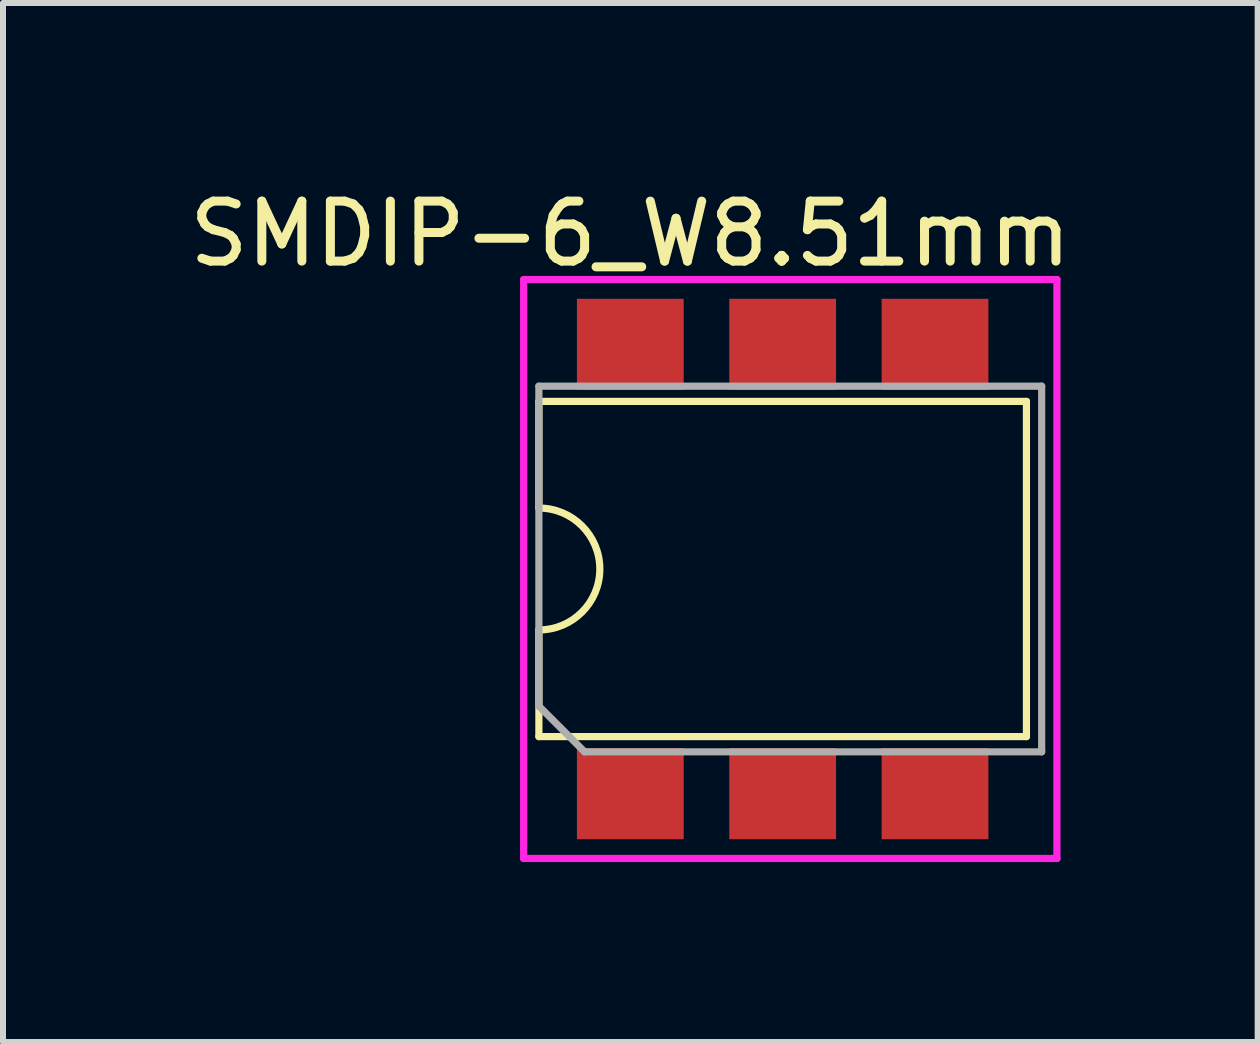
<source format=kicad_pcb>
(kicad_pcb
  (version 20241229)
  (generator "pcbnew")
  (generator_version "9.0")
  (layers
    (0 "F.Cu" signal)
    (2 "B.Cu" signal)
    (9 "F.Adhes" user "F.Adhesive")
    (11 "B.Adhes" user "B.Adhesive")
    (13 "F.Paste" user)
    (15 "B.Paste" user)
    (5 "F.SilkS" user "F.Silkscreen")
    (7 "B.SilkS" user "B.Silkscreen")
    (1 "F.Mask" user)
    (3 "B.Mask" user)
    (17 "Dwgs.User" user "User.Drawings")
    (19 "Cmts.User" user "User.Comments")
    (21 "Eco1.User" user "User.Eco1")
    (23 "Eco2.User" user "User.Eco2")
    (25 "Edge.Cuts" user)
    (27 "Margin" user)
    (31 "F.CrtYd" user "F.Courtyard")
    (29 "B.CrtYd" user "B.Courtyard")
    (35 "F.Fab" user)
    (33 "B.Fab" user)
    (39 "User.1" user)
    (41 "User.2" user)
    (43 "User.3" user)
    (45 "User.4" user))
  (footprint "SMDIP-6_W8.51mm"
    (layer "F.Cu")
    (at 9.998 6.436)
    (property "Reference" "SMDIP-6_W8.51mm" (at -2.54 -5.588 0) (layer "F.SilkS") (effects (font (size 1 1) (thickness 0.15))))
    (attr smd)
    (fp_line (start -4.064 -2.794) (end -4.064 -1.016) (stroke (width 0.12) (type solid)) (layer "F.SilkS"))
    (fp_line (start -4.064 1.016) (end -4.064 2.794) (stroke (width 0.12) (type solid)) (layer "F.SilkS"))
    (fp_line (start 4.064 -2.794) (end -4.064 -2.794) (stroke (width 0.12) (type solid)) (layer "F.SilkS"))
    (fp_line (start 4.064 -2.794) (end 4.064 2.794) (stroke (width 0.12) (type solid)) (layer "F.SilkS"))
    (fp_line (start 4.064 2.794) (end -4.064 2.794) (stroke (width 0.12) (type solid)) (layer "F.SilkS"))
    (fp_arc (start -4.064 -1.016) (mid -3.048 0) (end -4.064 1.016) (stroke (width 0.12) (type solid)) (layer "F.SilkS"))
    (fp_line (start -4.318 -4.826) (end 4.572 -4.826) (stroke (width 0.12) (type solid)) (layer "F.CrtYd"))
    (fp_line (start -4.318 4.826) (end -4.318 -4.826) (stroke (width 0.12) (type solid)) (layer "F.CrtYd"))
    (fp_line (start 4.572 -4.826) (end 4.572 4.826) (stroke (width 0.12) (type solid)) (layer "F.CrtYd"))
    (fp_line (start 4.572 4.826) (end -4.318 4.826) (stroke (width 0.12) (type solid)) (layer "F.CrtYd"))
    (fp_line (start -4.064 -3.048) (end -4.064 2.286) (stroke (width 0.12) (type solid)) (layer "F.Fab"))
    (fp_line (start -4.064 2.286) (end -3.302 3.048) (stroke (width 0.12) (type solid)) (layer "F.Fab"))
    (fp_line (start -3.302 3.048) (end 4.318 3.048) (stroke (width 0.12) (type solid)) (layer "F.Fab"))
    (fp_line (start 4.318 -3.048) (end -4.064 -3.048) (stroke (width 0.12) (type solid)) (layer "F.Fab"))
    (fp_line (start 4.318 3.048) (end 4.318 -3.048) (stroke (width 0.12) (type solid)) (layer "F.Fab"))
    (pad "1" smd rect (at -2.54 3.745) (size 1.78 1.52) (layers "F.Cu" "F.Mask" "F.Paste"))
    (pad "2" smd rect (at 0 3.745) (size 1.78 1.52) (layers "F.Cu" "F.Mask" "F.Paste"))
    (pad "3" smd rect (at 2.54 3.745) (size 1.78 1.52) (layers "F.Cu" "F.Mask" "F.Paste"))
    (pad "4" smd rect (at 2.54 -3.745) (size 1.78 1.52) (layers "F.Cu" "F.Mask" "F.Paste"))
    (pad "5" smd rect (at 0 -3.745) (size 1.78 1.52) (layers "F.Cu" "F.Mask" "F.Paste"))
    (pad "6" smd rect (at -2.54 -3.745) (size 1.78 1.52) (layers "F.Cu" "F.Mask" "F.Paste")))
  (gr_rect
    (start -3 -3)
    (end 17.917 14.322)
    (stroke (width 0.1) (type default))
    (fill no)
    (layer "Edge.Cuts")))
</source>
